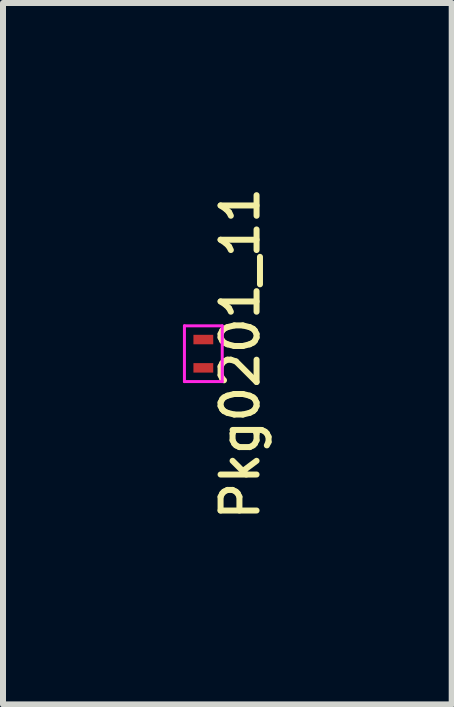
<source format=kicad_pcb>
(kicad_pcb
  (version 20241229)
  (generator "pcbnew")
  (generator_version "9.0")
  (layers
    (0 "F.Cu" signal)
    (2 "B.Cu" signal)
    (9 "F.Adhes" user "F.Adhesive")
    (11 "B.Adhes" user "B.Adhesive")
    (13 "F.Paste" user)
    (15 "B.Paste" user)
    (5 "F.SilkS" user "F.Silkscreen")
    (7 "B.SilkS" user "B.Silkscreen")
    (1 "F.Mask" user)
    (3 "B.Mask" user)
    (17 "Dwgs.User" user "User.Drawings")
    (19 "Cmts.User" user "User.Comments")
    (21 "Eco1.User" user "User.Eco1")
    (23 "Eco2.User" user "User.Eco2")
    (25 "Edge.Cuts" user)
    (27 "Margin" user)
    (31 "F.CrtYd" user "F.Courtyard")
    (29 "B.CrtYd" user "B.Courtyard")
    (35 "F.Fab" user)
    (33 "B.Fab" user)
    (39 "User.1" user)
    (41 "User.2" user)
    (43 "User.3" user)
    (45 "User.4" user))
  (footprint "Pkg0201_11"
    (layer "F.Cu")
    (at 0.34 2.847)
    (property "Reference" "Pkg0201_11" (at 0.615 0 90) (layer "F.SilkS") (effects (font (size 0.6 0.6) (thickness 0.1))))
    (fp_line (start -0.315 -0.465) (end -0.315 0.465) (stroke (width 0.05) (type solid)) (layer "F.CrtYd"))
    (fp_line (start -0.315 0.465) (end 0.315 0.465) (stroke (width 0.05) (type solid)) (layer "F.CrtYd"))
    (fp_line (start 0.315 -0.465) (end -0.315 -0.465) (stroke (width 0.05) (type solid)) (layer "F.CrtYd"))
    (fp_line (start 0.315 0.465) (end 0.315 -0.465) (stroke (width 0.05) (type solid)) (layer "F.CrtYd"))
    (pad "1" smd rect (at 0 -0.236) (size 0.33 0.158) (layers "F.Cu" "F.Mask" "F.Paste"))
    (pad "2" smd rect (at 0 0.236) (size 0.33 0.158) (layers "F.Cu" "F.Mask" "F.Paste")))
  (gr_rect
    (start -3 -3)
    (end 4.481 8.694)
    (stroke (width 0.1) (type default))
    (fill no)
    (layer "Edge.Cuts")))
</source>
